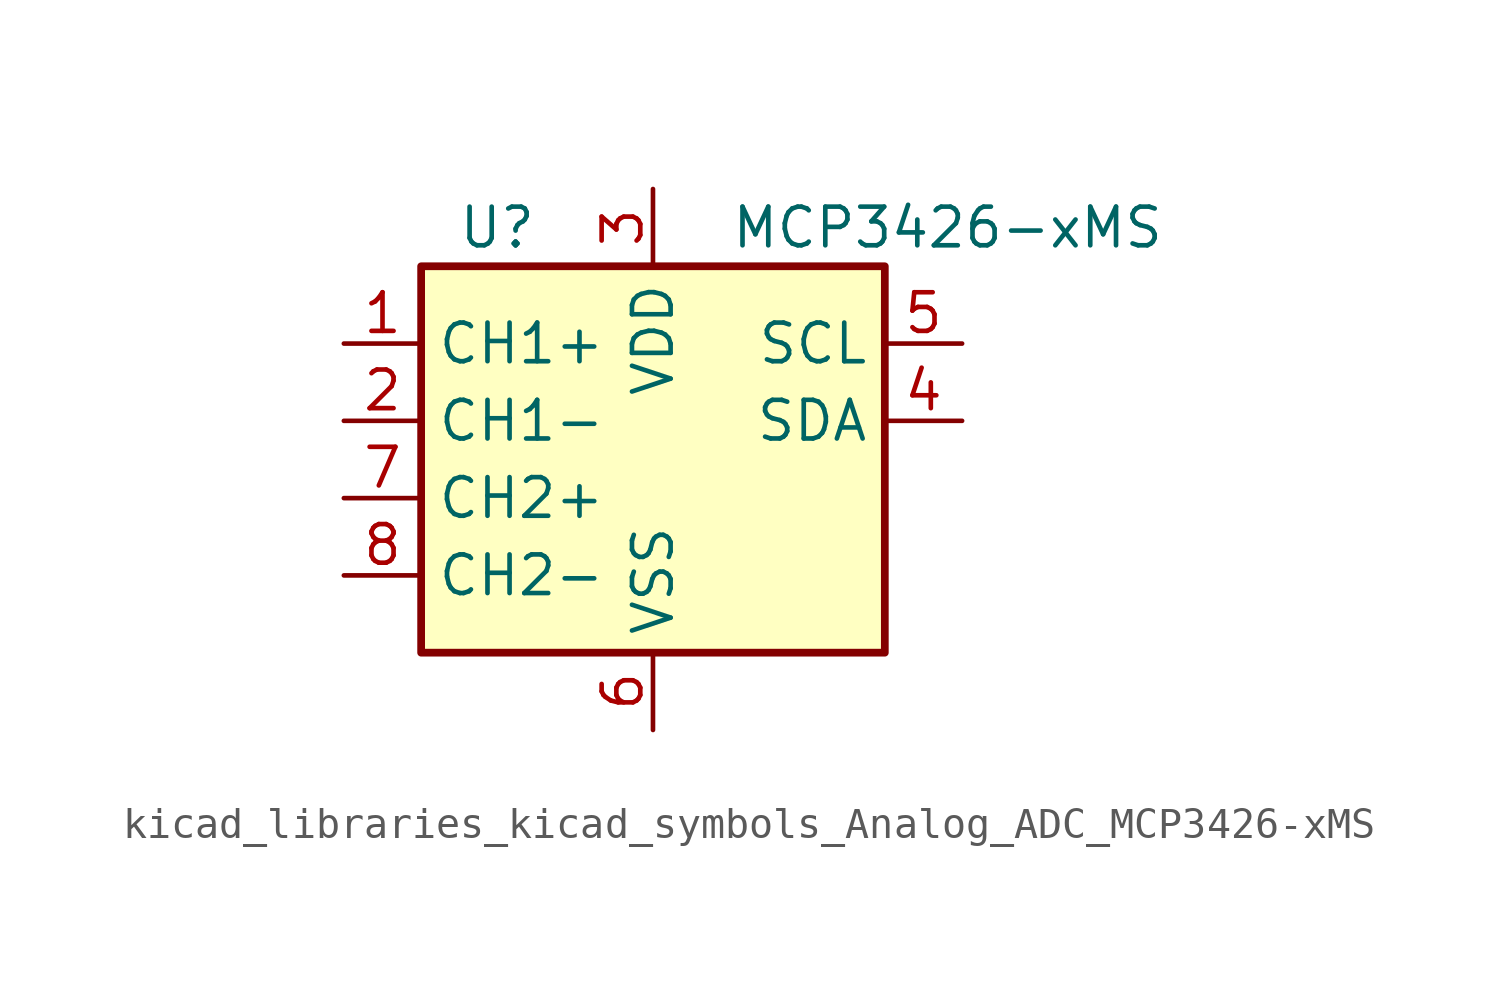
<source format=kicad_sym>
(kicad_symbol_lib
  (version 20220914)
  (generator kicad_symbol_editor)
  (symbol "kicad_libraries_kicad_symbols_Analog_ADC_MCP3426-xMS"
    (property "Reference" "U"
      (at -3.81 8.89 0)
      (effects (font (size 1.27 1.27)) (justify right)))
    (property "Value" "MCP3426-xMS"
      (at 2.54 8.89 0)
      (effects (font (size 1.27 1.27)) (justify left)))
    (symbol "kicad_libraries_kicad_symbols_Analog_ADC_MCP3426-xMS_0_1"
      (rectangle (start -7.62 7.62) (end 7.62 -5.08) (stroke (width 0.254) (type default)) (fill (type background))))
    (symbol "kicad_libraries_kicad_symbols_Analog_ADC_MCP3426-xMS_1_1"
      (pin input line (at -10.16 5.08 0) (length 2.54) (name "CH1+" (effects (font (size 1.27 1.27)))) (number "1" (effects (font (size 1.27 1.27)))))
      (pin input line (at -10.16 2.54 0) (length 2.54) (name "CH1-" (effects (font (size 1.27 1.27)))) (number "2" (effects (font (size 1.27 1.27)))))
      (pin power_in line (at 0 10.16 270) (length 2.54) (name "VDD" (effects (font (size 1.27 1.27)))) (number "3" (effects (font (size 1.27 1.27)))))
      (pin bidirectional line (at 10.16 2.54 180) (length 2.54) (name "SDA" (effects (font (size 1.27 1.27)))) (number "4" (effects (font (size 1.27 1.27)))))
      (pin input line (at 10.16 5.08 180) (length 2.54) (name "SCL" (effects (font (size 1.27 1.27)))) (number "5" (effects (font (size 1.27 1.27)))))
      (pin power_in line (at 0 -7.62 90) (length 2.54) (name "VSS" (effects (font (size 1.27 1.27)))) (number "6" (effects (font (size 1.27 1.27)))))
      (pin input line (at -10.16 0 0) (length 2.54) (name "CH2+" (effects (font (size 1.27 1.27)))) (number "7" (effects (font (size 1.27 1.27)))))
      (pin input line (at -10.16 -2.54 0) (length 2.54) (name "CH2-" (effects (font (size 1.27 1.27)))) (number "8" (effects (font (size 1.27 1.27))))))))
</source>
